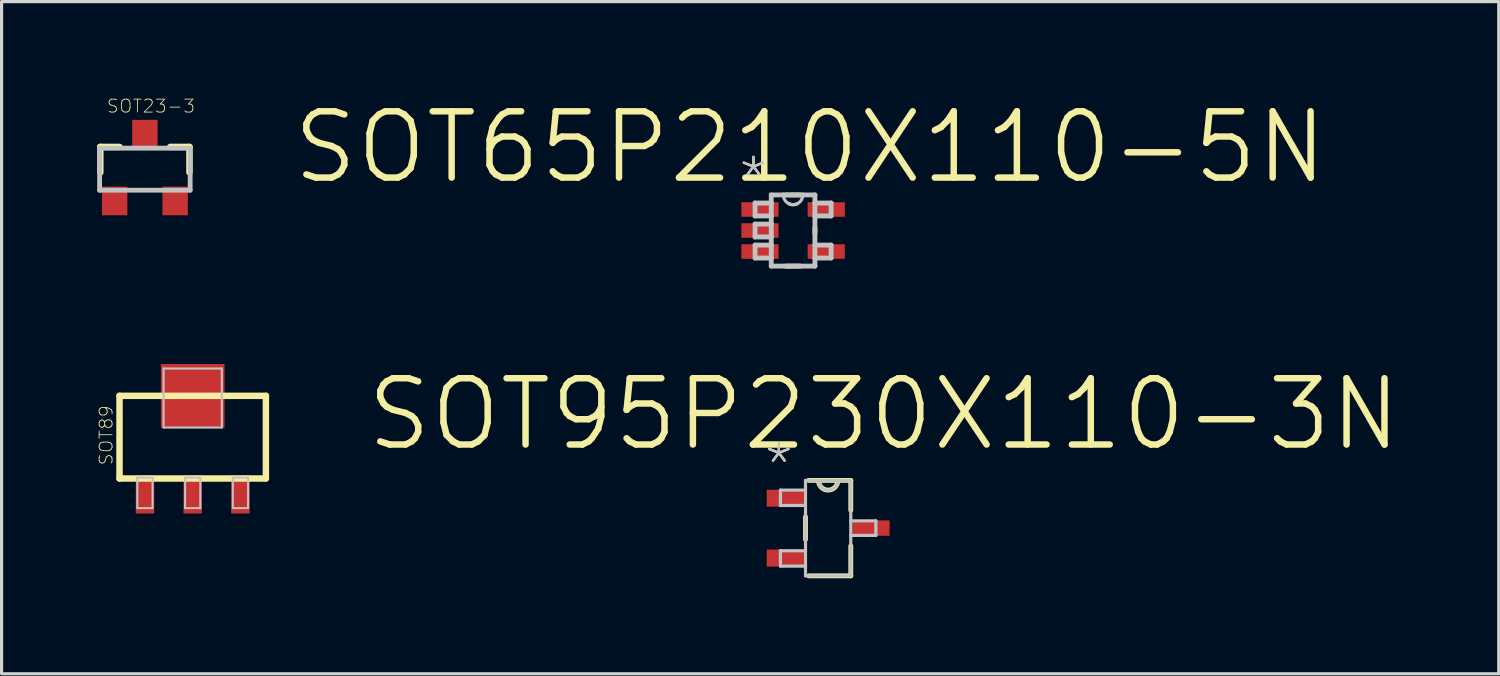
<source format=kicad_pcb>
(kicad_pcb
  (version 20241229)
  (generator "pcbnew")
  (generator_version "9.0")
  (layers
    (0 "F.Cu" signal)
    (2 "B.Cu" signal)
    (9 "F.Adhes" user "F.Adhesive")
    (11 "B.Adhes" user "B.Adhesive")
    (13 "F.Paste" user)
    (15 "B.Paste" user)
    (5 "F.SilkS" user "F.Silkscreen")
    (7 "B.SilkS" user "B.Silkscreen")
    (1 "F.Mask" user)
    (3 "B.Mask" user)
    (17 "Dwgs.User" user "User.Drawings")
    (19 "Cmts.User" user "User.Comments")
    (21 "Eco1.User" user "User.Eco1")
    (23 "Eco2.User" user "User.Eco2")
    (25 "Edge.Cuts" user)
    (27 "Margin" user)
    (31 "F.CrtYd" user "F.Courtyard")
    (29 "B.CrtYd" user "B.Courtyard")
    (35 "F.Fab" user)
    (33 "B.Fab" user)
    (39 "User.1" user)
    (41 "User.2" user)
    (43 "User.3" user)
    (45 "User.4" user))
  (footprint "SOT95P230X110-3N"
    (layer "F.Cu")
    (at 22.963 13.539)
    (property "Reference" "SOT95P230X110-3N" (at 1.753 -3.579 0) (layer "F.SilkS") (effects (font (size 2.083 2.083) (thickness 0.203))))
    (attr smd)
    (fp_line (start -0.711 -0.356) (end -0.711 0.356) (stroke (width 0.152) (type solid)) (layer "F.SilkS"))
    (fp_line (start -0.61 1.499) (end 0.711 1.499) (stroke (width 0.152) (type solid)) (layer "F.SilkS"))
    (fp_line (start -0.305 -1.499) (end -0.61 -1.499) (stroke (width 0.152) (type solid)) (layer "F.SilkS"))
    (fp_line (start 0.305 -1.499) (end -0.305 -1.499) (stroke (width 0.152) (type solid)) (layer "F.SilkS"))
    (fp_line (start 0.711 -1.499) (end 0.305 -1.499) (stroke (width 0.152) (type solid)) (layer "F.SilkS"))
    (fp_line (start 0.711 -0.559) (end 0.711 -1.499) (stroke (width 0.152) (type solid)) (layer "F.SilkS"))
    (fp_line (start 0.711 1.499) (end 0.711 0.559) (stroke (width 0.152) (type solid)) (layer "F.SilkS"))
    (fp_arc (start 0.3048 -1.4986) (mid 0 -1.1938) (end -0.3048 -1.4986) (stroke (width 0.1524) (type solid)) (layer "F.SilkS"))
    (fp_line (start -1.499 -1.194) (end -1.499 -0.711) (stroke (width 0.1) (type solid)) (layer "Dwgs.User"))
    (fp_line (start -1.499 -0.711) (end -0.711 -0.711) (stroke (width 0.1) (type solid)) (layer "Dwgs.User"))
    (fp_line (start -1.499 0.711) (end -1.499 1.194) (stroke (width 0.1) (type solid)) (layer "Dwgs.User"))
    (fp_line (start -1.499 1.194) (end -0.711 1.194) (stroke (width 0.1) (type solid)) (layer "Dwgs.User"))
    (fp_line (start -0.711 -1.499) (end -0.711 -1.194) (stroke (width 0.1) (type solid)) (layer "Dwgs.User"))
    (fp_line (start -0.711 -1.194) (end -1.499 -1.194) (stroke (width 0.1) (type solid)) (layer "Dwgs.User"))
    (fp_line (start -0.711 -1.194) (end -0.711 -0.711) (stroke (width 0.1) (type solid)) (layer "Dwgs.User"))
    (fp_line (start -0.711 -0.711) (end -0.711 0.711) (stroke (width 0.1) (type solid)) (layer "Dwgs.User"))
    (fp_line (start -0.711 0.711) (end -1.499 0.711) (stroke (width 0.1) (type solid)) (layer "Dwgs.User"))
    (fp_line (start -0.711 1.194) (end -0.711 0.711) (stroke (width 0.1) (type solid)) (layer "Dwgs.User"))
    (fp_line (start -0.711 1.499) (end -0.711 1.194) (stroke (width 0.1) (type solid)) (layer "Dwgs.User"))
    (fp_line (start -0.711 1.499) (end 0.711 1.499) (stroke (width 0.1) (type solid)) (layer "Dwgs.User"))
    (fp_line (start -0.305 -1.499) (end -0.711 -1.499) (stroke (width 0.1) (type solid)) (layer "Dwgs.User"))
    (fp_line (start 0.305 -1.499) (end -0.305 -1.499) (stroke (width 0.1) (type solid)) (layer "Dwgs.User"))
    (fp_line (start 0.711 -1.499) (end 0.305 -1.499) (stroke (width 0.1) (type solid)) (layer "Dwgs.User"))
    (fp_line (start 0.711 -0.229) (end 0.711 -1.499) (stroke (width 0.1) (type solid)) (layer "Dwgs.User"))
    (fp_line (start 0.711 0.229) (end 0.711 -0.229) (stroke (width 0.1) (type solid)) (layer "Dwgs.User"))
    (fp_line (start 0.711 0.229) (end 1.499 0.229) (stroke (width 0.1) (type solid)) (layer "Dwgs.User"))
    (fp_line (start 0.711 1.499) (end 0.711 0.229) (stroke (width 0.1) (type solid)) (layer "Dwgs.User"))
    (fp_line (start 1.499 -0.229) (end 0.711 -0.229) (stroke (width 0.1) (type solid)) (layer "Dwgs.User"))
    (fp_line (start 1.499 0.229) (end 1.499 -0.229) (stroke (width 0.1) (type solid)) (layer "Dwgs.User"))
    (fp_arc (start 0.3048 -1.4986) (mid 0 -1.1938) (end -0.3048 -1.4986) (stroke (width 0.1) (type solid)) (layer "Dwgs.User"))
    (fp_text user "*" (at -1.549 -1.981 0) (layer "F.SilkS") (effects (font (size 1.27 1.27) (thickness 0.076))))
    (fp_text user "*" (at -1.549 -1.981 0) (layer "Dwgs.User") (effects (font (size 1.27 1.27) (thickness 0.076))))
    (pad "1" smd rect (at -1.346 -0.94) (size 1.168 0.533) (layers "F.Cu" "F.Mask" "F.Paste"))
    (pad "2" smd rect (at -1.346 0.94) (size 1.168 0.533) (layers "F.Cu" "F.Mask" "F.Paste"))
    (pad "3" smd rect (at 1.346 0) (size 1.168 0.483) (layers "F.Cu" "F.Mask" "F.Paste")))
  (footprint "SOT89"
    (layer "F.Cu")
    (at 3.003 10.682)
    (property "Reference" "SOT89" (at -2.72 -0.058 90) (layer "F.SilkS") (effects (font (size 0.406 0.406) (thickness 0.025))))
    (attr smd)
    (fp_line (start -2.299 -1.298) (end 2.299 -1.298) (stroke (width 0.203) (type solid)) (layer "F.SilkS"))
    (fp_line (start -2.299 1.298) (end -2.299 -1.298) (stroke (width 0.203) (type solid)) (layer "F.SilkS"))
    (fp_line (start 2.299 -1.298) (end 2.299 1.298) (stroke (width 0.203) (type solid)) (layer "F.SilkS"))
    (fp_line (start 2.299 1.298) (end -2.299 1.298) (stroke (width 0.203) (type solid)) (layer "F.SilkS"))
    (fp_line (start -1.74 1.27) (end -1.26 1.27) (stroke (width 0.066) (type solid)) (layer "Dwgs.User"))
    (fp_line (start -1.74 2.228) (end -1.74 1.27) (stroke (width 0.066) (type solid)) (layer "Dwgs.User"))
    (fp_line (start -1.74 2.228) (end -1.26 2.228) (stroke (width 0.066) (type solid)) (layer "Dwgs.User"))
    (fp_line (start -1.26 2.228) (end -1.26 1.27) (stroke (width 0.066) (type solid)) (layer "Dwgs.User"))
    (fp_line (start -0.914 -2.156) (end 0.914 -2.156) (stroke (width 0.066) (type solid)) (layer "Dwgs.User"))
    (fp_line (start -0.914 -0.302) (end -0.914 -2.156) (stroke (width 0.066) (type solid)) (layer "Dwgs.User"))
    (fp_line (start -0.914 -0.302) (end 0.914 -0.302) (stroke (width 0.066) (type solid)) (layer "Dwgs.User"))
    (fp_line (start -0.239 1.27) (end 0.239 1.27) (stroke (width 0.066) (type solid)) (layer "Dwgs.User"))
    (fp_line (start -0.239 2.228) (end -0.239 1.27) (stroke (width 0.066) (type solid)) (layer "Dwgs.User"))
    (fp_line (start -0.239 2.228) (end 0.239 2.228) (stroke (width 0.066) (type solid)) (layer "Dwgs.User"))
    (fp_line (start 0.239 2.228) (end 0.239 1.27) (stroke (width 0.066) (type solid)) (layer "Dwgs.User"))
    (fp_line (start 0.914 -0.302) (end 0.914 -2.156) (stroke (width 0.066) (type solid)) (layer "Dwgs.User"))
    (fp_line (start 1.26 1.27) (end 1.74 1.27) (stroke (width 0.066) (type solid)) (layer "Dwgs.User"))
    (fp_line (start 1.26 2.228) (end 1.26 1.27) (stroke (width 0.066) (type solid)) (layer "Dwgs.User"))
    (fp_line (start 1.26 2.228) (end 1.74 2.228) (stroke (width 0.066) (type solid)) (layer "Dwgs.User"))
    (fp_line (start 1.74 2.228) (end 1.74 1.27) (stroke (width 0.066) (type solid)) (layer "Dwgs.User"))
    (pad "1" smd rect (at -1.499 1.798) (size 0.579 1.199) (layers "F.Cu" "F.Mask" "F.Paste"))
    (pad "2" smd rect (at 0 1.798) (size 0.579 1.199) (layers "F.Cu" "F.Mask" "F.Paste"))
    (pad "3" smd rect (at 1.499 1.798) (size 0.579 1.199) (layers "F.Cu" "F.Mask" "F.Paste"))
    (pad "4" smd rect (at 0 -1.298) (size 1.999 1.999) (layers "F.Cu" "F.Mask" "F.Paste")))
  (footprint "SOT23-3"
    (layer "F.Cu")
    (at 1.501 2.264)
    (property "Reference" "SOT23-3" (at 0.191 -1.981 0) (layer "F.SilkS") (effects (font (size 0.406 0.406) (thickness 0.025))))
    (attr smd)
    (fp_line (start -1.4 -0.699) (end -1.4 0.099) (stroke (width 0.203) (type solid)) (layer "F.SilkS"))
    (fp_line (start -0.798 -0.699) (end -1.4 -0.699) (stroke (width 0.203) (type solid)) (layer "F.SilkS"))
    (fp_line (start 0.798 -0.699) (end 1.4 -0.699) (stroke (width 0.203) (type solid)) (layer "F.SilkS"))
    (fp_line (start 1.4 -0.699) (end 1.4 0.099) (stroke (width 0.203) (type solid)) (layer "F.SilkS"))
    (fp_line (start -1.422 -0.66) (end 1.422 -0.66) (stroke (width 0.152) (type solid)) (layer "Dwgs.User"))
    (fp_line (start -1.422 0.66) (end -1.422 -0.66) (stroke (width 0.152) (type solid)) (layer "Dwgs.User"))
    (fp_line (start 1.422 -0.66) (end 1.422 0.66) (stroke (width 0.152) (type solid)) (layer "Dwgs.User"))
    (fp_line (start 1.422 0.66) (end -1.422 0.66) (stroke (width 0.152) (type solid)) (layer "Dwgs.User"))
    (pad "1" smd rect (at -0.95 0.998) (size 0.798 0.899) (layers "F.Cu" "F.Mask" "F.Paste"))
    (pad "2" smd rect (at 0.95 0.998) (size 0.798 0.899) (layers "F.Cu" "F.Mask" "F.Paste"))
    (pad "3" smd rect (at 0 -1.1) (size 0.798 0.899) (layers "F.Cu" "F.Mask" "F.Paste")))
  (footprint "SOT65P210X110-5N"
    (layer "F.Cu")
    (at 21.862 4.191)
    (property "Reference" "SOT65P210X110-5N" (at 0.533 -2.616 0) (layer "F.SilkS") (effects (font (size 2.083 2.083) (thickness 0.203))))
    (attr smd)
    (fp_line (start -0.229 1.118) (end 0.229 1.118) (stroke (width 0.152) (type solid)) (layer "F.SilkS"))
    (fp_line (start 0.229 -1.118) (end -0.229 -1.118) (stroke (width 0.152) (type solid)) (layer "F.SilkS"))
    (fp_line (start 0.686 0.076) (end 0.686 -0.076) (stroke (width 0.152) (type solid)) (layer "F.SilkS"))
    (fp_arc (start 0.127 -0.8382) (mid 0.000242 -0.809991) (end -0.126562 -0.837996) (stroke (width 0.1) (type solid)) (layer "F.SilkS"))
    (fp_line (start -1.194 -0.864) (end -1.194 -0.457) (stroke (width 0.152) (type solid)) (layer "Dwgs.User"))
    (fp_line (start -1.194 -0.457) (end -0.686 -0.457) (stroke (width 0.152) (type solid)) (layer "Dwgs.User"))
    (fp_line (start -1.194 -0.203) (end -1.194 0.203) (stroke (width 0.152) (type solid)) (layer "Dwgs.User"))
    (fp_line (start -1.194 0.203) (end -0.686 0.203) (stroke (width 0.152) (type solid)) (layer "Dwgs.User"))
    (fp_line (start -1.194 0.457) (end -1.194 0.864) (stroke (width 0.152) (type solid)) (layer "Dwgs.User"))
    (fp_line (start -1.194 0.864) (end -0.686 0.864) (stroke (width 0.152) (type solid)) (layer "Dwgs.User"))
    (fp_line (start -0.686 -1.118) (end -0.686 -0.864) (stroke (width 0.152) (type solid)) (layer "Dwgs.User"))
    (fp_line (start -0.686 -0.864) (end -1.194 -0.864) (stroke (width 0.152) (type solid)) (layer "Dwgs.User"))
    (fp_line (start -0.686 -0.864) (end -0.686 -0.457) (stroke (width 0.152) (type solid)) (layer "Dwgs.User"))
    (fp_line (start -0.686 -0.457) (end -0.686 -0.203) (stroke (width 0.152) (type solid)) (layer "Dwgs.User"))
    (fp_line (start -0.686 -0.203) (end -1.194 -0.203) (stroke (width 0.152) (type solid)) (layer "Dwgs.User"))
    (fp_line (start -0.686 -0.203) (end -0.686 0.203) (stroke (width 0.152) (type solid)) (layer "Dwgs.User"))
    (fp_line (start -0.686 0.203) (end -0.686 0.457) (stroke (width 0.152) (type solid)) (layer "Dwgs.User"))
    (fp_line (start -0.686 0.457) (end -1.194 0.457) (stroke (width 0.152) (type solid)) (layer "Dwgs.User"))
    (fp_line (start -0.686 0.864) (end -0.686 0.457) (stroke (width 0.152) (type solid)) (layer "Dwgs.User"))
    (fp_line (start -0.686 1.118) (end -0.686 0.864) (stroke (width 0.152) (type solid)) (layer "Dwgs.User"))
    (fp_line (start -0.686 1.118) (end 0.686 1.118) (stroke (width 0.152) (type solid)) (layer "Dwgs.User"))
    (fp_line (start -0.305 -1.118) (end -0.686 -1.118) (stroke (width 0.152) (type solid)) (layer "Dwgs.User"))
    (fp_line (start 0.305 -1.118) (end -0.305 -1.118) (stroke (width 0.152) (type solid)) (layer "Dwgs.User"))
    (fp_line (start 0.686 -1.118) (end 0.305 -1.118) (stroke (width 0.152) (type solid)) (layer "Dwgs.User"))
    (fp_line (start 0.686 -1.118) (end 0.686 -0.864) (stroke (width 0.152) (type solid)) (layer "Dwgs.User"))
    (fp_line (start 0.686 -0.864) (end 0.686 -0.457) (stroke (width 0.152) (type solid)) (layer "Dwgs.User"))
    (fp_line (start 0.686 -0.457) (end 1.194 -0.457) (stroke (width 0.152) (type solid)) (layer "Dwgs.User"))
    (fp_line (start 0.686 0.457) (end 0.686 -0.457) (stroke (width 0.152) (type solid)) (layer "Dwgs.User"))
    (fp_line (start 0.686 0.864) (end 0.686 0.457) (stroke (width 0.152) (type solid)) (layer "Dwgs.User"))
    (fp_line (start 0.686 0.864) (end 1.194 0.864) (stroke (width 0.152) (type solid)) (layer "Dwgs.User"))
    (fp_line (start 0.686 1.118) (end 0.686 0.864) (stroke (width 0.152) (type solid)) (layer "Dwgs.User"))
    (fp_line (start 1.194 -0.864) (end 0.686 -0.864) (stroke (width 0.152) (type solid)) (layer "Dwgs.User"))
    (fp_line (start 1.194 -0.457) (end 1.194 -0.864) (stroke (width 0.152) (type solid)) (layer "Dwgs.User"))
    (fp_line (start 1.194 0.457) (end 0.686 0.457) (stroke (width 0.152) (type solid)) (layer "Dwgs.User"))
    (fp_line (start 1.194 0.864) (end 1.194 0.457) (stroke (width 0.152) (type solid)) (layer "Dwgs.User"))
    (fp_arc (start 0.3048 -1.1176) (mid 0 -0.8128) (end -0.3048 -1.1176) (stroke (width 0.1) (type solid)) (layer "Dwgs.User"))
    (fp_text user "*" (at -1.245 -1.626 0) (layer "F.SilkS") (effects (font (size 1.27 1.27) (thickness 0.076))))
    (fp_text user "*" (at -1.245 -1.626 0) (layer "Dwgs.User") (effects (font (size 1.27 1.27) (thickness 0.076))))
    (pad "1" smd rect (at -1.041 -0.66) (size 1.168 0.457) (layers "F.Cu" "F.Mask" "F.Paste"))
    (pad "2" smd rect (at -1.041 0) (size 1.168 0.457) (layers "F.Cu" "F.Mask" "F.Paste"))
    (pad "3" smd rect (at -1.041 0.66) (size 1.168 0.457) (layers "F.Cu" "F.Mask" "F.Paste"))
    (pad "4" smd rect (at 1.041 0.66) (size 1.168 0.457) (layers "F.Cu" "F.Mask" "F.Paste"))
    (pad "5" smd rect (at 1.041 -0.66) (size 1.168 0.457) (layers "F.Cu" "F.Mask" "F.Paste")))
  (gr_rect
    (start -3 -3)
    (end 44.028 18.114)
    (stroke (width 0.1) (type default))
    (fill no)
    (layer "Edge.Cuts")))
</source>
